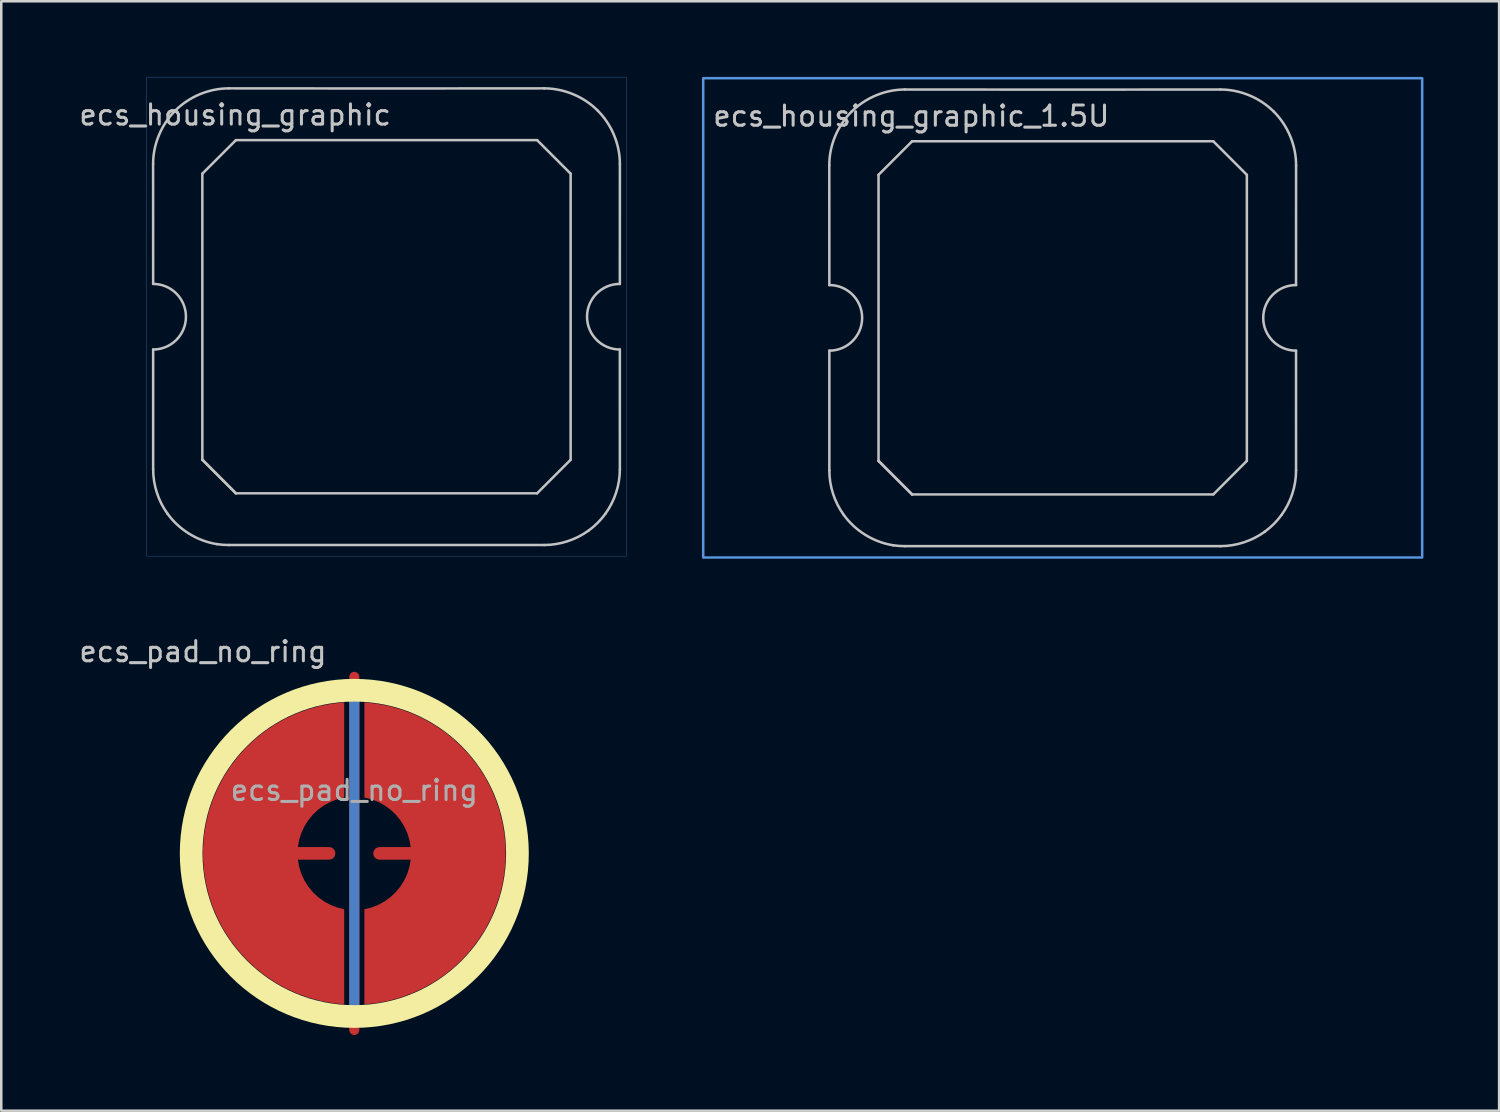
<source format=kicad_pcb>
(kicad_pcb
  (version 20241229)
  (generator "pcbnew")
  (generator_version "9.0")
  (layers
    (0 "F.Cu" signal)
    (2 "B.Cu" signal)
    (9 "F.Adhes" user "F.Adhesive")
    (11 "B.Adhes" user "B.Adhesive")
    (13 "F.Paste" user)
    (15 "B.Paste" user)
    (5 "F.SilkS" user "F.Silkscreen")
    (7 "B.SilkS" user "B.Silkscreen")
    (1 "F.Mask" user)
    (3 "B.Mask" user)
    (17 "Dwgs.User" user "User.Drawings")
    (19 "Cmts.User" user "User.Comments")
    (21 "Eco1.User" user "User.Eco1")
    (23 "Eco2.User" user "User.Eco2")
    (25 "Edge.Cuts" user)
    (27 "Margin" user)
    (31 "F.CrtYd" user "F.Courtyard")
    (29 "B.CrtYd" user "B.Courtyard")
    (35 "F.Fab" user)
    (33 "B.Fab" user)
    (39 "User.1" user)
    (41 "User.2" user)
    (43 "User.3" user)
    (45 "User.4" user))
  (footprint "ecs_housing_graphic"
    (layer "F.Cu")
    (at 12.271 9.505)
    (property "Reference" "ecs_housing_graphic" (at -6 -8 0) (layer "Dwgs.User") (effects (font (size 0.8 0.8) (thickness 0.12))))
    (attr smd)
    (fp_line (start -9.252 -6.05) (end -9.25 -1.3) (stroke (width 0.1) (type solid)) (layer "Dwgs.User"))
    (fp_line (start -9.25 1.3) (end -9.25 6.049) (stroke (width 0.1) (type solid)) (layer "Dwgs.User"))
    (fp_line (start -7.3 -5.67) (end -5.97 -7) (stroke (width 0.1) (type solid)) (layer "Dwgs.User"))
    (fp_line (start -7.3 5.67) (end -7.3 -5.67) (stroke (width 0.1) (type solid)) (layer "Dwgs.User"))
    (fp_line (start -7.3 5.67) (end -5.97 7) (stroke (width 0.1) (type solid)) (layer "Dwgs.User"))
    (fp_line (start -5.97 -7) (end 5.97 -7) (stroke (width 0.1) (type solid)) (layer "Dwgs.User"))
    (fp_line (start -5.97 7) (end -7.3 5.67) (stroke (width 0.1) (type solid)) (layer "Dwgs.User"))
    (fp_line (start 5.97 -7) (end 7.3 -5.67) (stroke (width 0.1) (type solid)) (layer "Dwgs.User"))
    (fp_line (start 5.97 7) (end -5.97 7) (stroke (width 0.1) (type solid)) (layer "Dwgs.User"))
    (fp_line (start 7.3 -5.67) (end 7.3 5.67) (stroke (width 0.1) (type solid)) (layer "Dwgs.User"))
    (fp_line (start 7.3 5.67) (end 5.97 7) (stroke (width 0.1) (type solid)) (layer "Dwgs.User"))
    (fp_line (start 9.25 1.3) (end 9.251 6.049) (stroke (width 0.1) (type solid)) (layer "Dwgs.User"))
    (fp_line (start 9.252 -6.05) (end 9.25 -1.3) (stroke (width 0.1) (type solid)) (layer "Dwgs.User"))
    (fp_arc (start -9.25 -1.3) (mid -7.95 0) (end -9.25 1.3) (stroke (width 0.1) (type solid)) (layer "Dwgs.User"))
    (fp_arc (start 9.25 1.3) (mid 7.95 0) (end 9.25 -1.3) (stroke (width 0.1) (type solid)) (layer "Dwgs.User"))
    (fp_curve (pts (xy -9.25 6.049) (xy -9.25 6.677) (xy -9.046 7.307) (xy -8.677 7.814)) (stroke (width 0.1) (type solid)) (layer "Dwgs.User"))
    (fp_curve (pts (xy -8.677 7.814) (xy -8.215 8.449) (xy -7.496 8.893) (xy -6.72 9.015)) (stroke (width 0.1) (type solid)) (layer "Dwgs.User"))
    (fp_curve (pts (xy -8.372 -8.172) (xy -8.926 -7.618) (xy -9.254 -6.836) (xy -9.252 -6.05)) (stroke (width 0.1) (type solid)) (layer "Dwgs.User"))
    (fp_curve (pts (xy -6.72 9.015) (xy -6.564 9.039) (xy -6.407 9.05) (xy -6.25 9.05)) (stroke (width 0.1) (type solid)) (layer "Dwgs.User"))
    (fp_curve (pts (xy -6.25 9.05) (xy -2.118 9.052) (xy 2.117 9.05) (xy 6.25 9.05)) (stroke (width 0.1) (type solid)) (layer "Dwgs.User"))
    (fp_curve (pts (xy -6.25 -9.052) (xy -7.035 -9.053) (xy -7.817 -8.726) (xy -8.372 -8.172)) (stroke (width 0.1) (type solid)) (layer "Dwgs.User"))
    (fp_curve (pts (xy 6.25 -9.052) (xy 2.116 -9.046) (xy -2.116 -9.046) (xy -6.25 -9.052)) (stroke (width 0.1) (type solid)) (layer "Dwgs.User"))
    (fp_curve (pts (xy 6.25 9.05) (xy 6.878 9.05) (xy 7.504 8.844) (xy 8.013 8.476)) (stroke (width 0.1) (type solid)) (layer "Dwgs.User"))
    (fp_curve (pts (xy 8.013 8.476) (xy 8.267 8.291) (xy 8.492 8.066) (xy 8.676 7.812)) (stroke (width 0.1) (type solid)) (layer "Dwgs.User"))
    (fp_curve (pts (xy 8.372 -8.172) (xy 7.817 -8.726) (xy 7.035 -9.053) (xy 6.25 -9.052)) (stroke (width 0.1) (type solid)) (layer "Dwgs.User"))
    (fp_curve (pts (xy 8.676 7.812) (xy 9.045 7.303) (xy 9.251 6.678) (xy 9.251 6.049)) (stroke (width 0.1) (type solid)) (layer "Dwgs.User"))
    (fp_curve (pts (xy 9.252 -6.05) (xy 9.254 -6.836) (xy 8.926 -7.618) (xy 8.372 -8.172)) (stroke (width 0.1) (type solid)) (layer "Dwgs.User"))
    (fp_rect (start -9.5 -9.5) (end 9.5 9.5) (stroke (width 0.01) (type default)) (fill no) (layer "Cmts.User")))
  (footprint "ecs_housing_graphic_1.5U"
    (layer "F.Cu")
    (at 39.076 9.55)
    (property "Reference" "ecs_housing_graphic_1.5U" (at -6 -8 0) (layer "Dwgs.User") (effects (font (size 0.8 0.8) (thickness 0.12))))
    (attr smd)
    (fp_line (start -9.252 -6.05) (end -9.25 -1.3) (stroke (width 0.1) (type solid)) (layer "Dwgs.User"))
    (fp_line (start -9.25 1.3) (end -9.25 6.049) (stroke (width 0.1) (type solid)) (layer "Dwgs.User"))
    (fp_line (start -7.3 -5.67) (end -5.97 -7) (stroke (width 0.1) (type solid)) (layer "Dwgs.User"))
    (fp_line (start -7.3 5.67) (end -7.3 -5.67) (stroke (width 0.1) (type solid)) (layer "Dwgs.User"))
    (fp_line (start -7.3 5.67) (end -5.97 7) (stroke (width 0.1) (type solid)) (layer "Dwgs.User"))
    (fp_line (start -5.97 -7) (end 5.97 -7) (stroke (width 0.1) (type solid)) (layer "Dwgs.User"))
    (fp_line (start -5.97 7) (end -7.3 5.67) (stroke (width 0.1) (type solid)) (layer "Dwgs.User"))
    (fp_line (start 5.97 -7) (end 7.3 -5.67) (stroke (width 0.1) (type solid)) (layer "Dwgs.User"))
    (fp_line (start 5.97 7) (end -5.97 7) (stroke (width 0.1) (type solid)) (layer "Dwgs.User"))
    (fp_line (start 7.3 -5.67) (end 7.3 5.67) (stroke (width 0.1) (type solid)) (layer "Dwgs.User"))
    (fp_line (start 7.3 5.67) (end 5.97 7) (stroke (width 0.1) (type solid)) (layer "Dwgs.User"))
    (fp_line (start 9.25 1.3) (end 9.251 6.049) (stroke (width 0.1) (type solid)) (layer "Dwgs.User"))
    (fp_line (start 9.252 -6.05) (end 9.25 -1.3) (stroke (width 0.1) (type solid)) (layer "Dwgs.User"))
    (fp_arc (start -9.25 -1.3) (mid -7.95 0) (end -9.25 1.3) (stroke (width 0.1) (type solid)) (layer "Dwgs.User"))
    (fp_arc (start 9.25 1.3) (mid 7.95 0) (end 9.25 -1.3) (stroke (width 0.1) (type solid)) (layer "Dwgs.User"))
    (fp_curve (pts (xy -9.25 6.049) (xy -9.25 6.677) (xy -9.046 7.307) (xy -8.677 7.814)) (stroke (width 0.1) (type solid)) (layer "Dwgs.User"))
    (fp_curve (pts (xy -8.677 7.814) (xy -8.215 8.449) (xy -7.496 8.893) (xy -6.72 9.015)) (stroke (width 0.1) (type solid)) (layer "Dwgs.User"))
    (fp_curve (pts (xy -8.372 -8.172) (xy -8.926 -7.618) (xy -9.254 -6.836) (xy -9.252 -6.05)) (stroke (width 0.1) (type solid)) (layer "Dwgs.User"))
    (fp_curve (pts (xy -6.72 9.015) (xy -6.564 9.039) (xy -6.407 9.05) (xy -6.25 9.05)) (stroke (width 0.1) (type solid)) (layer "Dwgs.User"))
    (fp_curve (pts (xy -6.25 9.05) (xy -2.118 9.052) (xy 2.117 9.05) (xy 6.25 9.05)) (stroke (width 0.1) (type solid)) (layer "Dwgs.User"))
    (fp_curve (pts (xy -6.25 -9.052) (xy -7.035 -9.053) (xy -7.817 -8.726) (xy -8.372 -8.172)) (stroke (width 0.1) (type solid)) (layer "Dwgs.User"))
    (fp_curve (pts (xy 6.25 -9.052) (xy 2.116 -9.046) (xy -2.116 -9.046) (xy -6.25 -9.052)) (stroke (width 0.1) (type solid)) (layer "Dwgs.User"))
    (fp_curve (pts (xy 6.25 9.05) (xy 6.878 9.05) (xy 7.504 8.844) (xy 8.013 8.476)) (stroke (width 0.1) (type solid)) (layer "Dwgs.User"))
    (fp_curve (pts (xy 8.013 8.476) (xy 8.267 8.291) (xy 8.492 8.066) (xy 8.676 7.812)) (stroke (width 0.1) (type solid)) (layer "Dwgs.User"))
    (fp_curve (pts (xy 8.372 -8.172) (xy 7.817 -8.726) (xy 7.035 -9.053) (xy 6.25 -9.052)) (stroke (width 0.1) (type solid)) (layer "Dwgs.User"))
    (fp_curve (pts (xy 8.676 7.812) (xy 9.045 7.303) (xy 9.251 6.678) (xy 9.251 6.049)) (stroke (width 0.1) (type solid)) (layer "Dwgs.User"))
    (fp_curve (pts (xy 9.252 -6.05) (xy 9.254 -6.836) (xy 8.926 -7.618) (xy 8.372 -8.172)) (stroke (width 0.1) (type solid)) (layer "Dwgs.User"))
    (fp_rect (start -14.25 9.5) (end 14.25 -9.5) (stroke (width 0.1) (type default)) (fill no) (layer "Cmts.User")))
  (footprint "ecs_pad_no_ring"
    (layer "F.Cu")
    (at 10.995 30.779)
    (property "Reference" "ecs_pad_no_ring" (at -6 -8 0) (layer "Dwgs.User") (effects (font (size 0.8 0.8) (thickness 0.12))))
    (attr smd)
    (fp_circle (center 0 0) (end 6.467 0) (stroke (width 0.9) (type solid)) (fill no) (layer "F.SilkS"))
    (fp_text user "${REFERENCE}" (at 0 -2.5 0) (layer "F.Fab") (effects (font (size 0.8 0.8) (thickness 0.12))))
    (pad "1" smd custom (at -1 0) (size 0.4 0.4) (layers "F.Cu") (options (anchor circle)) (primitives (gr_poly (pts (xy 0.6 -2.214) (xy 0.32 -2.145) (xy 0.052 -2.041) (xy -0.201 -1.903) (xy -0.434 -1.734) (xy -0.644 -1.536) (xy -0.826 -1.314) (xy -0.979 -1.07) (xy -1.1 -0.808) (xy -1.186 -0.534) (xy -1.236 -0.25) (xy 0 -0.25) (xy 0.096 -0.231) (xy 0.177 -0.177) (xy 0.231 -0.096) (xy 0.25 0) (xy 0.231 0.096) (xy 0.177 0.177) (xy 0.096 0.231) (xy 0 0.25) (xy -1.236 0.25) (xy -1.186 0.534) (xy -1.1 0.808) (xy -0.979 1.07) (xy -0.826 1.314) (xy -0.644 1.536) (xy -0.434 1.734) (xy -0.201 1.903) (xy 0.052 2.041) (xy 0.32 2.145) (xy 0.6 2.214) (xy 0.6 5.987) (xy 0.115 5.934) (xy -0.364 5.843) (xy -0.834 5.713) (xy -1.292 5.545) (xy -1.735 5.341) (xy -2.159 5.101) (xy -2.563 4.827) (xy -2.943 4.522) (xy -3.298 4.187) (xy -3.623 3.824) (xy -3.919 3.436) (xy -4.182 3.025) (xy -4.41 2.594) (xy -4.603 2.147) (xy -4.759 1.684) (xy -4.876 1.211) (xy -4.955 0.73) (xy -4.995 0.244) (xy -4.995 -0.244) (xy -4.955 -0.73) (xy -4.876 -1.211) (xy -4.759 -1.684) (xy -4.603 -2.147) (xy -4.41 -2.594) (xy -4.182 -3.025) (xy -3.919 -3.436) (xy -3.623 -3.824) (xy -3.298 -4.187) (xy -2.943 -4.522) (xy -2.563 -4.827) (xy -2.159 -5.101) (xy -1.735 -5.341) (xy -1.292 -5.545) (xy -0.834 -5.713) (xy -0.364 -5.843) (xy 0.115 -5.934) (xy 0.6 -5.987)) (width 0) (fill yes))))
    (pad "2" smd custom (at 1 0 180) (size 0.4 0.4) (layers "F.Cu") (options (anchor circle)) (primitives (gr_poly (pts (xy 0.6 -2.214) (xy 0.32 -2.145) (xy 0.052 -2.041) (xy -0.201 -1.903) (xy -0.434 -1.734) (xy -0.644 -1.536) (xy -0.826 -1.314) (xy -0.979 -1.07) (xy -1.1 -0.808) (xy -1.186 -0.534) (xy -1.236 -0.25) (xy 0 -0.25) (xy 0.096 -0.231) (xy 0.177 -0.177) (xy 0.231 -0.096) (xy 0.25 0) (xy 0.231 0.096) (xy 0.177 0.177) (xy 0.096 0.231) (xy 0 0.25) (xy -1.236 0.25) (xy -1.186 0.534) (xy -1.1 0.808) (xy -0.979 1.07) (xy -0.826 1.314) (xy -0.644 1.536) (xy -0.434 1.734) (xy -0.201 1.903) (xy 0.052 2.041) (xy 0.32 2.145) (xy 0.6 2.214) (xy 0.6 5.987) (xy 0.115 5.934) (xy -0.364 5.843) (xy -0.834 5.713) (xy -1.292 5.545) (xy -1.735 5.341) (xy -2.159 5.101) (xy -2.563 4.827) (xy -2.943 4.522) (xy -3.298 4.187) (xy -3.623 3.824) (xy -3.919 3.436) (xy -4.182 3.025) (xy -4.41 2.594) (xy -4.603 2.147) (xy -4.759 1.684) (xy -4.876 1.211) (xy -4.955 0.73) (xy -4.995 0.244) (xy -4.995 -0.244) (xy -4.955 -0.73) (xy -4.876 -1.211) (xy -4.759 -1.684) (xy -4.603 -2.147) (xy -4.41 -2.594) (xy -4.182 -3.025) (xy -3.919 -3.436) (xy -3.623 -3.824) (xy -3.298 -4.187) (xy -2.943 -4.522) (xy -2.563 -4.827) (xy -2.159 -5.101) (xy -1.735 -5.341) (xy -1.292 -5.545) (xy -0.834 -5.713) (xy -0.364 -5.843) (xy 0.115 -5.934) (xy 0.6 -5.987)) (width 0) (fill yes))))
    (pad "3" smd custom (at 0 0) (size 0.4 0.4) (layers "F.Cu") (options (anchor rect)) (primitives (gr_line (start 0 -7) (end 0 7) (width 0.4))))
    (pad "3" smd custom (at 0 0) (size 0.4 0.4) (layers "B.Cu") (options (anchor rect)) (primitives (gr_line (start 0 -6.5) (end 0 6.5) (width 0.4))))
    (zone (net_name "") (layer "F.Cu") (hatch edge 0.508) (connect_pads) (min_thickness 0.254) (filled_areas_thickness no) (keepout (tracks allowed) (vias allowed) (pads allowed) (copperpour not_allowed) (footprints allowed)) (placement (enabled no)) (fill) (polygon (pts (xy 18 30.779) (xy 17.981 30.266) (xy 17.925 29.755) (xy 17.831 29.251) (xy 17.701 28.754) (xy 17.535 28.268) (xy 17.333 27.796) (xy 17.098 27.34) (xy 16.83 26.902) (xy 16.53 26.485) (xy 16.201 26.091) (xy 15.844 25.723) (xy 15.46 25.381) (xy 15.053 25.069) (xy 14.624 24.787) (xy 14.175 24.537) (xy 13.71 24.321) (xy 13.23 24.14) (xy 12.737 23.994) (xy 12.236 23.884) (xy 11.727 23.812) (xy 11.215 23.777) (xy 10.702 23.78) (xy 10.19 23.82) (xy 9.683 23.898) (xy 9.182 24.012) (xy 8.692 24.163) (xy 8.213 24.35) (xy 7.75 24.571) (xy 7.304 24.825) (xy 6.878 25.112) (xy 6.474 25.428) (xy 6.094 25.774) (xy 5.741 26.146) (xy 5.416 26.543) (xy 5.12 26.963) (xy 4.857 27.404) (xy 4.626 27.863) (xy 4.43 28.337) (xy 4.268 28.824) (xy 4.143 29.322) (xy 4.055 29.828) (xy 4.004 30.339) (xy 3.991 30.852) (xy 4.015 31.365) (xy 4.077 31.874) (xy 4.175 32.378) (xy 4.311 32.873) (xy 4.482 33.357) (xy 4.689 33.827) (xy 4.929 34.281) (xy 5.202 34.716) (xy 5.506 35.13) (xy 5.839 35.52) (xy 6.2 35.885) (xy 6.587 36.222) (xy 6.997 36.531) (xy 7.429 36.808) (xy 7.881 37.053) (xy 8.348 37.264) (xy 8.831 37.441) (xy 9.324 37.581) (xy 9.827 37.685) (xy 10.336 37.752) (xy 10.849 37.782) (xy 11.362 37.774) (xy 11.873 37.728) (xy 12.38 37.645) (xy 12.879 37.525) (xy 13.368 37.369) (xy 13.844 37.178) (xy 14.305 36.952) (xy 14.749 36.693) (xy 15.172 36.402) (xy 15.572 36.081) (xy 15.948 35.732) (xy 16.298 35.356) (xy 16.619 34.955) (xy 16.91 34.532) (xy 17.169 34.089) (xy 17.395 33.628) (xy 17.586 33.151) (xy 17.742 32.662) (xy 17.862 32.163) (xy 17.945 31.657) (xy 17.991 31.145))))
    (zone (net_name "") (layer "B.Cu") (hatch edge 0.508) (connect_pads) (min_thickness 0.254) (filled_areas_thickness no) (keepout (tracks allowed) (vias allowed) (pads allowed) (copperpour not_allowed) (footprints allowed)) (placement (enabled no)) (fill) (polygon (pts (xy 17.553 30.779) (xy 17.533 30.264) (xy 17.473 29.753) (xy 17.372 29.248) (xy 17.233 28.752) (xy 17.054 28.269) (xy 16.839 27.801) (xy 16.587 27.352) (xy 16.301 26.924) (xy 15.982 26.519) (xy 15.633 26.141) (xy 15.254 25.792) (xy 14.85 25.473) (xy 14.422 25.187) (xy 13.973 24.935) (xy 13.505 24.72) (xy 13.022 24.541) (xy 12.526 24.402) (xy 12.021 24.301) (xy 11.51 24.241) (xy 10.995 24.22) (xy 10.481 24.241) (xy 9.969 24.301) (xy 9.464 24.402) (xy 8.969 24.541) (xy 8.486 24.72) (xy 8.018 24.935) (xy 7.569 25.187) (xy 7.14 25.473) (xy 6.736 25.792) (xy 6.358 26.141) (xy 6.008 26.519) (xy 5.689 26.924) (xy 5.403 27.352) (xy 5.152 27.801) (xy 4.936 28.269) (xy 4.758 28.752) (xy 4.618 29.248) (xy 4.518 29.753) (xy 4.457 30.264) (xy 4.437 30.779) (xy 4.457 31.293) (xy 4.518 31.805) (xy 4.618 32.31) (xy 4.758 32.805) (xy 4.936 33.288) (xy 5.152 33.756) (xy 5.403 34.205) (xy 5.689 34.633) (xy 6.008 35.038) (xy 6.358 35.416) (xy 6.736 35.766) (xy 7.14 36.084) (xy 7.569 36.37) (xy 8.018 36.622) (xy 8.486 36.838) (xy 8.969 37.016) (xy 9.464 37.156) (xy 9.969 37.256) (xy 10.481 37.317) (xy 10.995 37.337) (xy 11.51 37.317) (xy 12.021 37.256) (xy 12.526 37.156) (xy 13.022 37.016) (xy 13.505 36.838) (xy 13.973 36.622) (xy 14.422 36.37) (xy 14.85 36.084) (xy 15.254 35.766) (xy 15.633 35.416) (xy 15.982 35.038) (xy 16.301 34.633) (xy 16.587 34.205) (xy 16.839 33.756) (xy 17.054 33.288) (xy 17.233 32.805) (xy 17.372 32.31) (xy 17.473 31.805) (xy 17.533 31.293)))))
  (gr_rect
    (start -3 -3)
    (end 56.376 40.979)
    (stroke (width 0.1) (type default))
    (fill no)
    (layer "Edge.Cuts")))
</source>
